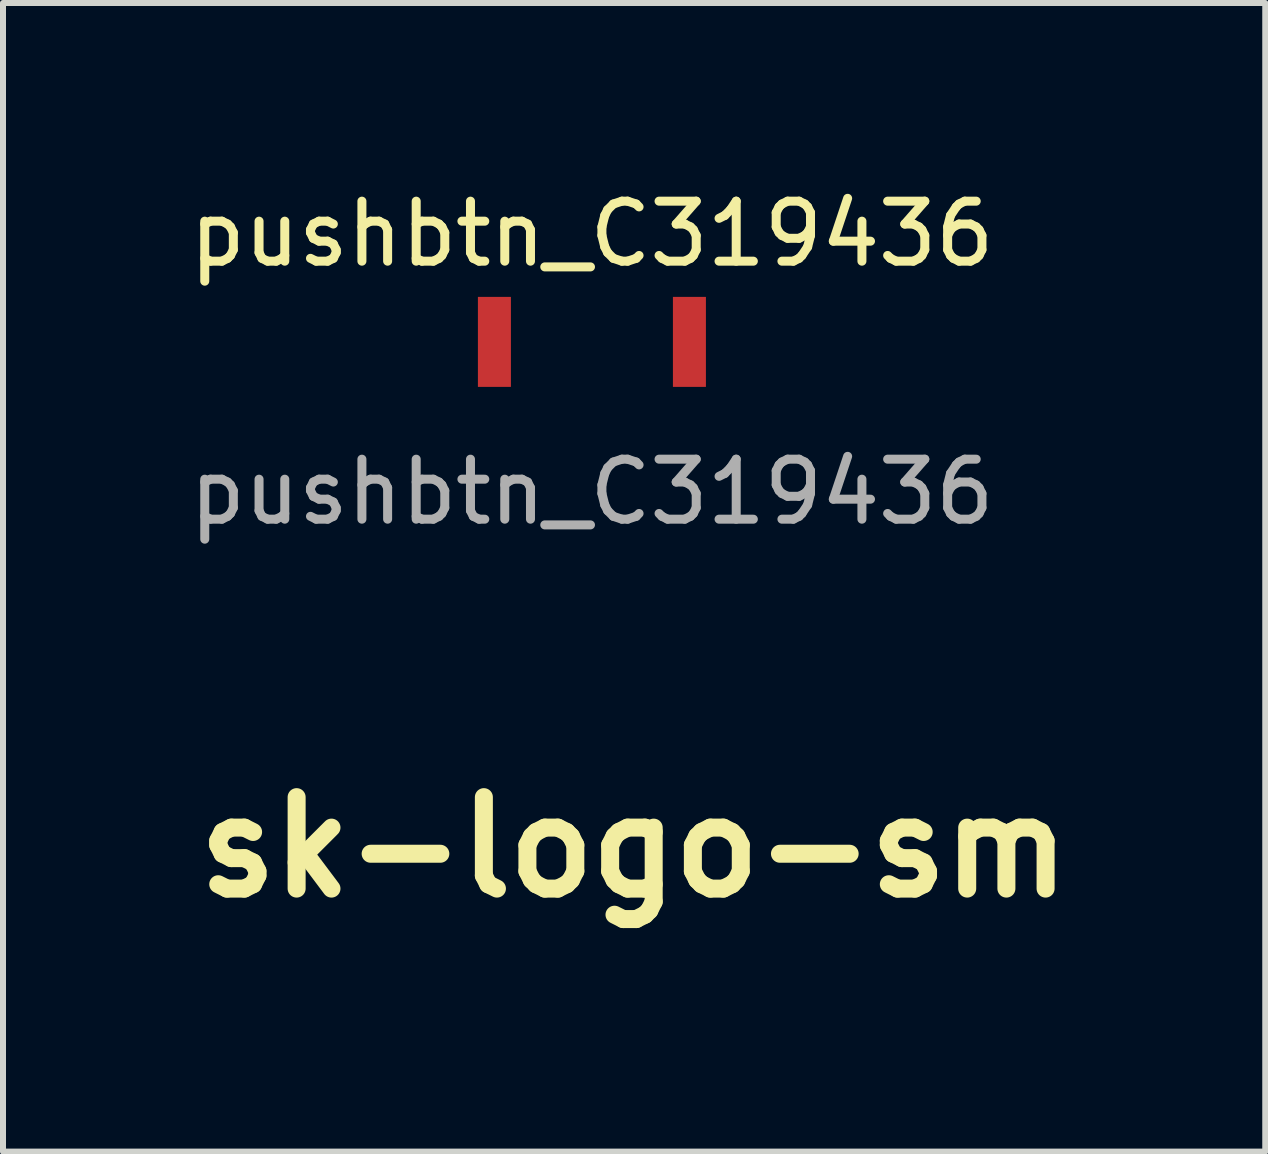
<source format=kicad_pcb>
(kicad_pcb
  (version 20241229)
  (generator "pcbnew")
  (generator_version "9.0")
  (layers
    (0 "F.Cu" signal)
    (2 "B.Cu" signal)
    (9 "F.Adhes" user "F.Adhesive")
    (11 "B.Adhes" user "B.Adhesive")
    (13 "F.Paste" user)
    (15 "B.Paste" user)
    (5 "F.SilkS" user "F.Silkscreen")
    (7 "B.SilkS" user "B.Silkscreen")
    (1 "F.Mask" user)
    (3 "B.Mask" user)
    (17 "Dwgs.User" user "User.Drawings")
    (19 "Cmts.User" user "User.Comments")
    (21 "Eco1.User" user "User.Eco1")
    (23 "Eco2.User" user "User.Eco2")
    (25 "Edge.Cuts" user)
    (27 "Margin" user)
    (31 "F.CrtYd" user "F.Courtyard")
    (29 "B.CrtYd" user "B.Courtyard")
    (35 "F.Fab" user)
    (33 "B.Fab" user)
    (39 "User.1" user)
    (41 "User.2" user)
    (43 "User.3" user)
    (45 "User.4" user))
  (footprint "sk-logo-sm"
    (layer "F.Cu")
    (at 7.518 11.07)
    (property "Reference" "sk-logo-sm" (at 0 0 0) (layer "F.SilkS") (effects (font (size 1.524 1.524) (thickness 0.3))))
    (attr through_hole)
    (fp_poly (pts (xy -0.181 2.068) (xy -2.504 2.068) (xy -2.504 1.488) (xy -0.181 1.488) (xy -0.181 2.068)) (stroke (width 0.01) (type solid)) (fill yes) (layer "F.Mask"))
    (fp_poly (pts (xy 0.798 0.533) (xy 0.891 0.575) (xy 0.961 0.605) (xy 0.993 0.617) (xy 1.014 0.587) (xy 1.067 0.504) (xy 1.148 0.375) (xy 1.252 0.208) (xy 1.372 0.012) (xy 1.49 -0.18) (xy 1.623 -0.395) (xy 1.744 -0.589) (xy 1.849 -0.752) (xy 1.932 -0.877) (xy 1.987 -0.955) (xy 2.008 -0.978) (xy 2.056 -0.961) (xy 2.14 -0.916) (xy 2.242 -0.854) (xy 2.343 -0.788) (xy 2.424 -0.731) (xy 2.466 -0.693) (xy 2.467 -0.688) (xy 2.449 -0.651) (xy 2.398 -0.561) (xy 2.318 -0.426) (xy 2.216 -0.256) (xy 2.095 -0.057) (xy 1.98 0.13) (xy 1.849 0.345) (xy 1.732 0.54) (xy 1.635 0.706) (xy 1.561 0.834) (xy 1.518 0.917) (xy 1.507 0.945) (xy 1.541 0.971) (xy 1.628 1.027) (xy 1.755 1.106) (xy 1.912 1.202) (xy 2.029 1.273) (xy 2.2 1.377) (xy 2.346 1.469) (xy 2.458 1.542) (xy 2.524 1.589) (xy 2.539 1.603) (xy 2.522 1.647) (xy 2.478 1.73) (xy 2.418 1.832) (xy 2.354 1.935) (xy 2.298 2.019) (xy 2.261 2.065) (xy 2.255 2.068) (xy 2.218 2.05) (xy 2.13 1.999) (xy 1.997 1.92) (xy 1.83 1.82) (xy 1.637 1.702) (xy 1.524 1.633) (xy 0.816 1.197) (xy 0.806 1.633) (xy 0.796 2.068) (xy 0.218 2.068) (xy 0.218 -2.068) (xy 0.798 -2.068) (xy 0.798 0.533)) (stroke (width 0.01) (type solid)) (fill yes) (layer "F.Mask"))
    (fp_poly (pts (xy -0.955 -2.021) (xy -0.682 -1.928) (xy -0.445 -1.792) (xy -0.391 -1.749) (xy -0.36 -1.715) (xy -0.357 -1.677) (xy -0.387 -1.616) (xy -0.456 -1.516) (xy -0.46 -1.51) (xy -0.534 -1.408) (xy -0.592 -1.329) (xy -0.619 -1.294) (xy -0.662 -1.293) (xy -0.748 -1.321) (xy -0.829 -1.358) (xy -1.064 -1.456) (xy -1.282 -1.505) (xy -1.471 -1.504) (xy -1.527 -1.491) (xy -1.663 -1.422) (xy -1.773 -1.316) (xy -1.839 -1.191) (xy -1.851 -1.118) (xy -1.834 -1.024) (xy -1.778 -0.94) (xy -1.676 -0.864) (xy -1.519 -0.788) (xy -1.302 -0.71) (xy -1.192 -0.675) (xy -1.007 -0.615) (xy -0.832 -0.553) (xy -0.688 -0.496) (xy -0.594 -0.451) (xy -0.594 -0.451) (xy -0.459 -0.345) (xy -0.335 -0.196) (xy -0.239 -0.032) (xy -0.196 0.098) (xy -0.189 0.323) (xy -0.246 0.542) (xy -0.361 0.743) (xy -0.525 0.914) (xy -0.731 1.045) (xy -0.885 1.104) (xy -1.058 1.138) (xy -1.266 1.155) (xy -1.482 1.155) (xy -1.676 1.137) (xy -1.796 1.11) (xy -1.918 1.064) (xy -2.07 0.995) (xy -2.227 0.917) (xy -2.364 0.841) (xy -2.448 0.787) (xy -2.489 0.752) (xy -2.495 0.716) (xy -2.465 0.658) (xy -2.42 0.594) (xy -2.345 0.488) (xy -2.274 0.393) (xy -2.256 0.369) (xy -2.19 0.284) (xy -1.957 0.41) (xy -1.678 0.535) (xy -1.418 0.598) (xy -1.182 0.6) (xy -0.976 0.539) (xy -0.901 0.496) (xy -0.814 0.42) (xy -0.775 0.329) (xy -0.769 0.276) (xy -0.781 0.137) (xy -0.818 0.07) (xy -0.874 0.036) (xy -0.984 -0.014) (xy -1.137 -0.074) (xy -1.316 -0.137) (xy -1.4 -0.165) (xy -1.674 -0.259) (xy -1.886 -0.347) (xy -2.048 -0.435) (xy -2.169 -0.531) (xy -2.26 -0.639) (xy -2.323 -0.751) (xy -2.396 -0.983) (xy -2.402 -1.218) (xy -2.348 -1.445) (xy -2.237 -1.653) (xy -2.074 -1.829) (xy -1.865 -1.963) (xy -1.79 -1.995) (xy -1.529 -2.057) (xy -1.244 -2.065) (xy -0.955 -2.021)) (stroke (width 0.01) (type solid)) (fill yes) (layer "F.Mask")))
  (footprint "pushbtn_C319436"
    (layer "F.Cu")
    (at 6.815 2.648)
    (property "Reference" "pushbtn_C319436" (at 0 -1.8 0) (unlocked yes) (layer "F.SilkS") (effects (font (size 1 1) (thickness 0.15))))
    (attr smd)
    (fp_text user "${REFERENCE}" (at 0 2.5 0) (unlocked yes) (layer "F.Fab") (effects (font (size 1 1) (thickness 0.15))))
    (pad "1" smd rect (at -1.625 0) (size 0.55 1.5) (layers "F.Cu" "F.Mask" "F.Paste"))
    (pad "2" smd rect (at 1.625 0) (size 0.55 1.5) (layers "F.Cu" "F.Mask" "F.Paste"))
    (zone (net_name "") (layer "F.Cu") (name "keepout") (hatch edge 0.508) (connect_pads) (min_thickness 0.254) (filled_areas_thickness no) (keepout (tracks not_allowed) (vias not_allowed) (pads not_allowed) (copperpour allowed) (footprints allowed)) (placement (enabled no)) (fill) (polygon (pts (xy 7.765 3.648) (xy 5.865 3.648) (xy 5.865 1.648) (xy 7.765 1.648)))))
  (gr_rect
    (start -3 -3)
    (end 18.037 16.143)
    (stroke (width 0.1) (type default))
    (fill no)
    (layer "Edge.Cuts")))
</source>
